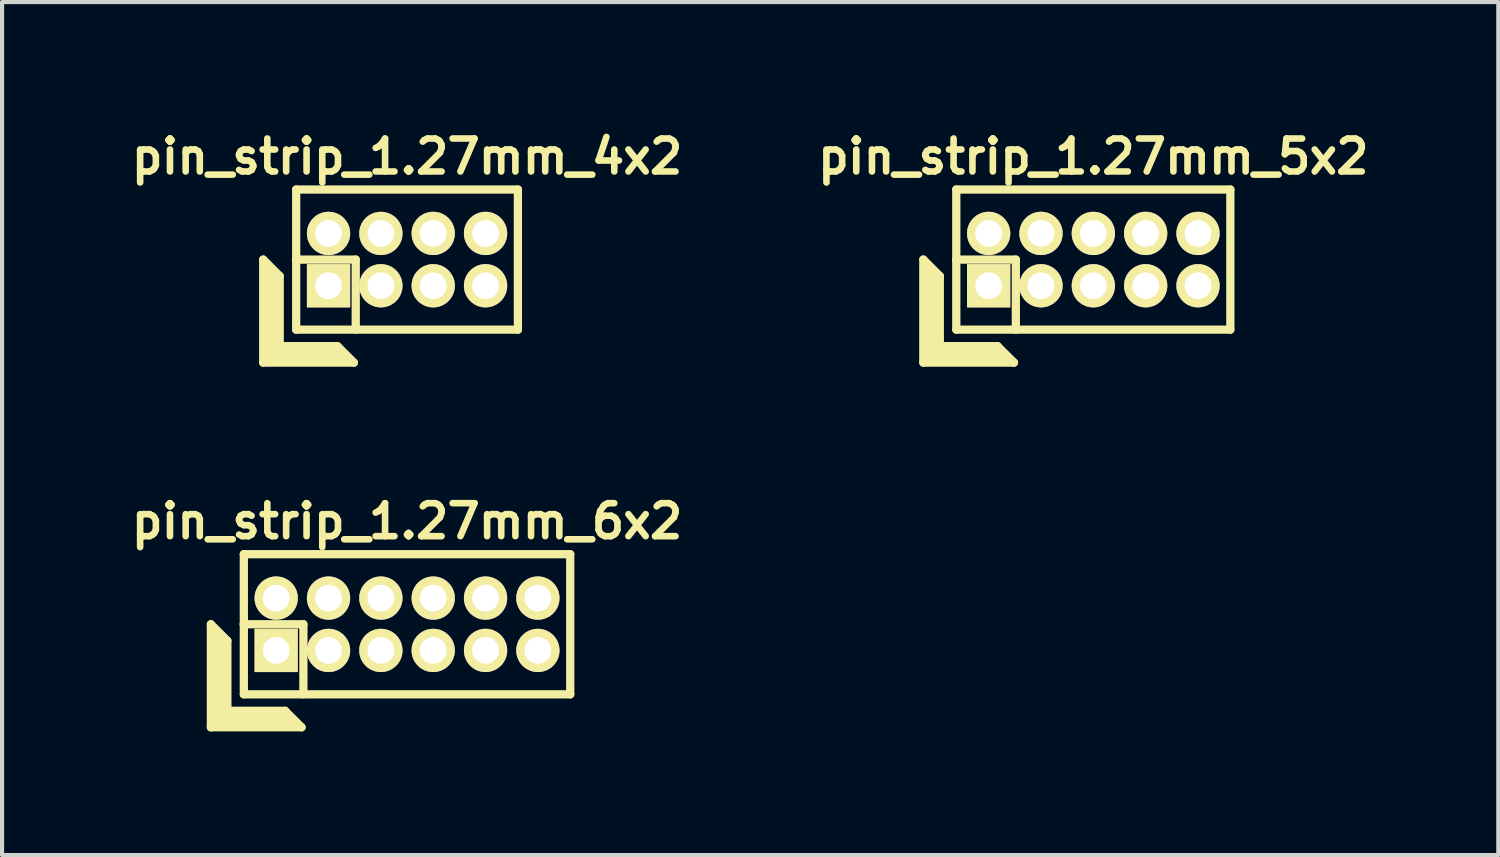
<source format=kicad_pcb>
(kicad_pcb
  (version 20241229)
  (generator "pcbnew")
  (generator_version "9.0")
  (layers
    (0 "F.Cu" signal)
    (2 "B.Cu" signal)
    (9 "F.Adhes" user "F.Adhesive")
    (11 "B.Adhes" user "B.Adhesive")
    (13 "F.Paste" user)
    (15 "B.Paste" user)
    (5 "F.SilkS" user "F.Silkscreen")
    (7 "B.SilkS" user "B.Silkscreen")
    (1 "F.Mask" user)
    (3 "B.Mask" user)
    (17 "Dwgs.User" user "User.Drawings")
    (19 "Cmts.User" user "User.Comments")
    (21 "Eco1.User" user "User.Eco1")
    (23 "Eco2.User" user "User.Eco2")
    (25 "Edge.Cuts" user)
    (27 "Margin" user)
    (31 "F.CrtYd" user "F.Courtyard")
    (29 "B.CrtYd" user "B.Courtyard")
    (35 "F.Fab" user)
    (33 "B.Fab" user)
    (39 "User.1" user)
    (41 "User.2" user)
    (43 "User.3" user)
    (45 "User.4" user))
  (footprint "pin_strip_1.27mm_5x2"
    (layer "F.Cu")
    (at 23.48 3.249)
    (property "Reference" "pin_strip_1.27mm_5x2" (at 0 -2.5 0) (layer "F.SilkS") (effects (font (size 0.8 0.8) (thickness 0.16))))
    (attr through_hole)
    (fp_line (start -4.125 0) (end -4.125 2.5) (stroke (width 0.2) (type solid)) (layer "F.SilkS"))
    (fp_line (start -4.125 0) (end -3.725 0.4) (stroke (width 0.2) (type solid)) (layer "F.SilkS"))
    (fp_line (start -4.125 2.5) (end -1.925 2.5) (stroke (width 0.2) (type solid)) (layer "F.SilkS"))
    (fp_line (start -4.025 2.4) (end -4.025 0.2) (stroke (width 0.2) (type solid)) (layer "F.SilkS"))
    (fp_line (start -4.025 2.4) (end -2.125 2.4) (stroke (width 0.2) (type solid)) (layer "F.SilkS"))
    (fp_line (start -3.925 2.3) (end -3.925 0.3) (stroke (width 0.2) (type solid)) (layer "F.SilkS"))
    (fp_line (start -3.925 2.3) (end -2.225 2.3) (stroke (width 0.2) (type solid)) (layer "F.SilkS"))
    (fp_line (start -3.825 2.2) (end -3.825 0.4) (stroke (width 0.2) (type solid)) (layer "F.SilkS"))
    (fp_line (start -3.825 2.2) (end -2.325 2.2) (stroke (width 0.2) (type solid)) (layer "F.SilkS"))
    (fp_line (start -3.725 2.1) (end -3.725 0.4) (stroke (width 0.2) (type solid)) (layer "F.SilkS"))
    (fp_line (start -3.725 2.1) (end -2.325 2.1) (stroke (width 0.2) (type solid)) (layer "F.SilkS"))
    (fp_line (start -3.33 0) (end -1.88 0) (stroke (width 0.2) (type solid)) (layer "F.SilkS"))
    (fp_line (start -3.325 -1.7) (end 3.325 -1.7) (stroke (width 0.2) (type solid)) (layer "F.SilkS"))
    (fp_line (start -3.325 1.7) (end -3.325 -1.7) (stroke (width 0.2) (type solid)) (layer "F.SilkS"))
    (fp_line (start -2.325 2.1) (end -1.925 2.5) (stroke (width 0.2) (type solid)) (layer "F.SilkS"))
    (fp_line (start -1.88 0) (end -1.88 1.7) (stroke (width 0.2) (type solid)) (layer "F.SilkS"))
    (fp_line (start 3.325 -1.7) (end 3.325 1.7) (stroke (width 0.2) (type solid)) (layer "F.SilkS"))
    (fp_line (start 3.325 1.7) (end -3.325 1.7) (stroke (width 0.2) (type solid)) (layer "F.SilkS"))
    (pad "1" thru_hole rect (at -2.54 0.635) (size 1.05 1.05) (drill 0.65) (layers "*.Cu" "*.Mask" "F.SilkS"))
    (pad "2" thru_hole oval (at -2.54 -0.635) (size 1.05 1.05) (drill 0.65) (layers "*.Cu" "*.Mask" "F.SilkS"))
    (pad "3" thru_hole oval (at -1.27 0.635) (size 1.05 1.05) (drill 0.65) (layers "*.Cu" "*.Mask" "F.SilkS"))
    (pad "4" thru_hole oval (at -1.27 -0.635) (size 1.05 1.05) (drill 0.65) (layers "*.Cu" "*.Mask" "F.SilkS"))
    (pad "5" thru_hole oval (at 0 0.635) (size 1.05 1.05) (drill 0.65) (layers "*.Cu" "*.Mask" "F.SilkS"))
    (pad "6" thru_hole oval (at 0 -0.635) (size 1.05 1.05) (drill 0.65) (layers "*.Cu" "*.Mask" "F.SilkS"))
    (pad "7" thru_hole oval (at 1.27 0.635) (size 1.05 1.05) (drill 0.65) (layers "*.Cu" "*.Mask" "F.SilkS"))
    (pad "8" thru_hole oval (at 1.27 -0.635) (size 1.05 1.05) (drill 0.65) (layers "*.Cu" "*.Mask" "F.SilkS"))
    (pad "9" thru_hole oval (at 2.54 0.635) (size 1.05 1.05) (drill 0.65) (layers "*.Cu" "*.Mask" "F.SilkS"))
    (pad "10" thru_hole oval (at 2.54 -0.635) (size 1.05 1.05) (drill 0.65) (layers "*.Cu" "*.Mask" "F.SilkS")))
  (footprint "pin_strip_1.27mm_4x2"
    (layer "F.Cu")
    (at 6.827 3.249)
    (property "Reference" "pin_strip_1.27mm_4x2" (at 0 -2.5 0) (layer "F.SilkS") (effects (font (size 0.8 0.8) (thickness 0.16))))
    (attr through_hole)
    (fp_line (start -3.49 0) (end -3.49 2.5) (stroke (width 0.2) (type solid)) (layer "F.SilkS"))
    (fp_line (start -3.49 0) (end -3.09 0.4) (stroke (width 0.2) (type solid)) (layer "F.SilkS"))
    (fp_line (start -3.49 2.5) (end -1.29 2.5) (stroke (width 0.2) (type solid)) (layer "F.SilkS"))
    (fp_line (start -3.39 2.4) (end -3.39 0.2) (stroke (width 0.2) (type solid)) (layer "F.SilkS"))
    (fp_line (start -3.39 2.4) (end -1.49 2.4) (stroke (width 0.2) (type solid)) (layer "F.SilkS"))
    (fp_line (start -3.29 2.3) (end -3.29 0.3) (stroke (width 0.2) (type solid)) (layer "F.SilkS"))
    (fp_line (start -3.29 2.3) (end -1.59 2.3) (stroke (width 0.2) (type solid)) (layer "F.SilkS"))
    (fp_line (start -3.19 2.2) (end -3.19 0.4) (stroke (width 0.2) (type solid)) (layer "F.SilkS"))
    (fp_line (start -3.19 2.2) (end -1.69 2.2) (stroke (width 0.2) (type solid)) (layer "F.SilkS"))
    (fp_line (start -3.09 2.1) (end -3.09 0.4) (stroke (width 0.2) (type solid)) (layer "F.SilkS"))
    (fp_line (start -3.09 2.1) (end -1.69 2.1) (stroke (width 0.2) (type solid)) (layer "F.SilkS"))
    (fp_line (start -2.695 0) (end -1.245 0) (stroke (width 0.2) (type solid)) (layer "F.SilkS"))
    (fp_line (start -2.69 -1.7) (end 2.69 -1.7) (stroke (width 0.2) (type solid)) (layer "F.SilkS"))
    (fp_line (start -2.69 1.7) (end -2.69 -1.7) (stroke (width 0.2) (type solid)) (layer "F.SilkS"))
    (fp_line (start -1.69 2.1) (end -1.29 2.5) (stroke (width 0.2) (type solid)) (layer "F.SilkS"))
    (fp_line (start -1.245 0) (end -1.245 1.7) (stroke (width 0.2) (type solid)) (layer "F.SilkS"))
    (fp_line (start 2.69 -1.7) (end 2.69 1.7) (stroke (width 0.2) (type solid)) (layer "F.SilkS"))
    (fp_line (start 2.69 1.7) (end -2.69 1.7) (stroke (width 0.2) (type solid)) (layer "F.SilkS"))
    (pad "1" thru_hole rect (at -1.905 0.635) (size 1.05 1.05) (drill 0.65) (layers "*.Cu" "*.Mask" "F.SilkS"))
    (pad "2" thru_hole oval (at -1.905 -0.635) (size 1.05 1.05) (drill 0.65) (layers "*.Cu" "*.Mask" "F.SilkS"))
    (pad "3" thru_hole oval (at -0.635 0.635) (size 1.05 1.05) (drill 0.65) (layers "*.Cu" "*.Mask" "F.SilkS"))
    (pad "4" thru_hole oval (at -0.635 -0.635) (size 1.05 1.05) (drill 0.65) (layers "*.Cu" "*.Mask" "F.SilkS"))
    (pad "5" thru_hole oval (at 0.635 0.635) (size 1.05 1.05) (drill 0.65) (layers "*.Cu" "*.Mask" "F.SilkS"))
    (pad "6" thru_hole oval (at 0.635 -0.635) (size 1.05 1.05) (drill 0.65) (layers "*.Cu" "*.Mask" "F.SilkS"))
    (pad "7" thru_hole oval (at 1.905 0.635) (size 1.05 1.05) (drill 0.65) (layers "*.Cu" "*.Mask" "F.SilkS"))
    (pad "8" thru_hole oval (at 1.905 -0.635) (size 1.05 1.05) (drill 0.65) (layers "*.Cu" "*.Mask" "F.SilkS")))
  (footprint "pin_strip_1.27mm_6x2"
    (layer "F.Cu")
    (at 6.827 12.098)
    (property "Reference" "pin_strip_1.27mm_6x2" (at 0 -2.5 0) (layer "F.SilkS") (effects (font (size 0.8 0.8) (thickness 0.16))))
    (attr through_hole)
    (fp_line (start -4.76 0) (end -4.76 2.5) (stroke (width 0.2) (type solid)) (layer "F.SilkS"))
    (fp_line (start -4.76 0) (end -4.36 0.4) (stroke (width 0.2) (type solid)) (layer "F.SilkS"))
    (fp_line (start -4.76 2.5) (end -2.56 2.5) (stroke (width 0.2) (type solid)) (layer "F.SilkS"))
    (fp_line (start -4.66 2.4) (end -4.66 0.2) (stroke (width 0.2) (type solid)) (layer "F.SilkS"))
    (fp_line (start -4.66 2.4) (end -2.76 2.4) (stroke (width 0.2) (type solid)) (layer "F.SilkS"))
    (fp_line (start -4.56 2.3) (end -4.56 0.3) (stroke (width 0.2) (type solid)) (layer "F.SilkS"))
    (fp_line (start -4.56 2.3) (end -2.86 2.3) (stroke (width 0.2) (type solid)) (layer "F.SilkS"))
    (fp_line (start -4.46 2.2) (end -4.46 0.4) (stroke (width 0.2) (type solid)) (layer "F.SilkS"))
    (fp_line (start -4.46 2.2) (end -2.96 2.2) (stroke (width 0.2) (type solid)) (layer "F.SilkS"))
    (fp_line (start -4.36 2.1) (end -4.36 0.4) (stroke (width 0.2) (type solid)) (layer "F.SilkS"))
    (fp_line (start -4.36 2.1) (end -2.96 2.1) (stroke (width 0.2) (type solid)) (layer "F.SilkS"))
    (fp_line (start -3.965 0) (end -2.515 0) (stroke (width 0.2) (type solid)) (layer "F.SilkS"))
    (fp_line (start -3.96 -1.7) (end 3.96 -1.7) (stroke (width 0.2) (type solid)) (layer "F.SilkS"))
    (fp_line (start -3.96 1.7) (end -3.96 -1.7) (stroke (width 0.2) (type solid)) (layer "F.SilkS"))
    (fp_line (start -2.96 2.1) (end -2.56 2.5) (stroke (width 0.2) (type solid)) (layer "F.SilkS"))
    (fp_line (start -2.515 0) (end -2.515 1.7) (stroke (width 0.2) (type solid)) (layer "F.SilkS"))
    (fp_line (start 3.96 -1.7) (end 3.96 1.7) (stroke (width 0.2) (type solid)) (layer "F.SilkS"))
    (fp_line (start 3.96 1.7) (end -3.96 1.7) (stroke (width 0.2) (type solid)) (layer "F.SilkS"))
    (pad "1" thru_hole rect (at -3.175 0.635) (size 1.05 1.05) (drill 0.65) (layers "*.Cu" "*.Mask" "F.SilkS"))
    (pad "2" thru_hole oval (at -3.175 -0.635) (size 1.05 1.05) (drill 0.65) (layers "*.Cu" "*.Mask" "F.SilkS"))
    (pad "3" thru_hole oval (at -1.905 0.635) (size 1.05 1.05) (drill 0.65) (layers "*.Cu" "*.Mask" "F.SilkS"))
    (pad "4" thru_hole oval (at -1.905 -0.635) (size 1.05 1.05) (drill 0.65) (layers "*.Cu" "*.Mask" "F.SilkS"))
    (pad "5" thru_hole oval (at -0.635 0.635) (size 1.05 1.05) (drill 0.65) (layers "*.Cu" "*.Mask" "F.SilkS"))
    (pad "6" thru_hole oval (at -0.635 -0.635) (size 1.05 1.05) (drill 0.65) (layers "*.Cu" "*.Mask" "F.SilkS"))
    (pad "7" thru_hole oval (at 0.635 0.635) (size 1.05 1.05) (drill 0.65) (layers "*.Cu" "*.Mask" "F.SilkS"))
    (pad "8" thru_hole oval (at 0.635 -0.635) (size 1.05 1.05) (drill 0.65) (layers "*.Cu" "*.Mask" "F.SilkS"))
    (pad "9" thru_hole oval (at 1.905 0.635) (size 1.05 1.05) (drill 0.65) (layers "*.Cu" "*.Mask" "F.SilkS"))
    (pad "10" thru_hole oval (at 1.905 -0.635) (size 1.05 1.05) (drill 0.65) (layers "*.Cu" "*.Mask" "F.SilkS"))
    (pad "11" thru_hole oval (at 3.175 0.635) (size 1.05 1.05) (drill 0.65) (layers "*.Cu" "*.Mask" "F.SilkS"))
    (pad "12" thru_hole oval (at 3.175 -0.635) (size 1.05 1.05) (drill 0.65) (layers "*.Cu" "*.Mask" "F.SilkS")))
  (gr_rect
    (start -3 -3)
    (end 33.307 17.698)
    (stroke (width 0.1) (type default))
    (fill no)
    (layer "Edge.Cuts")))
</source>
